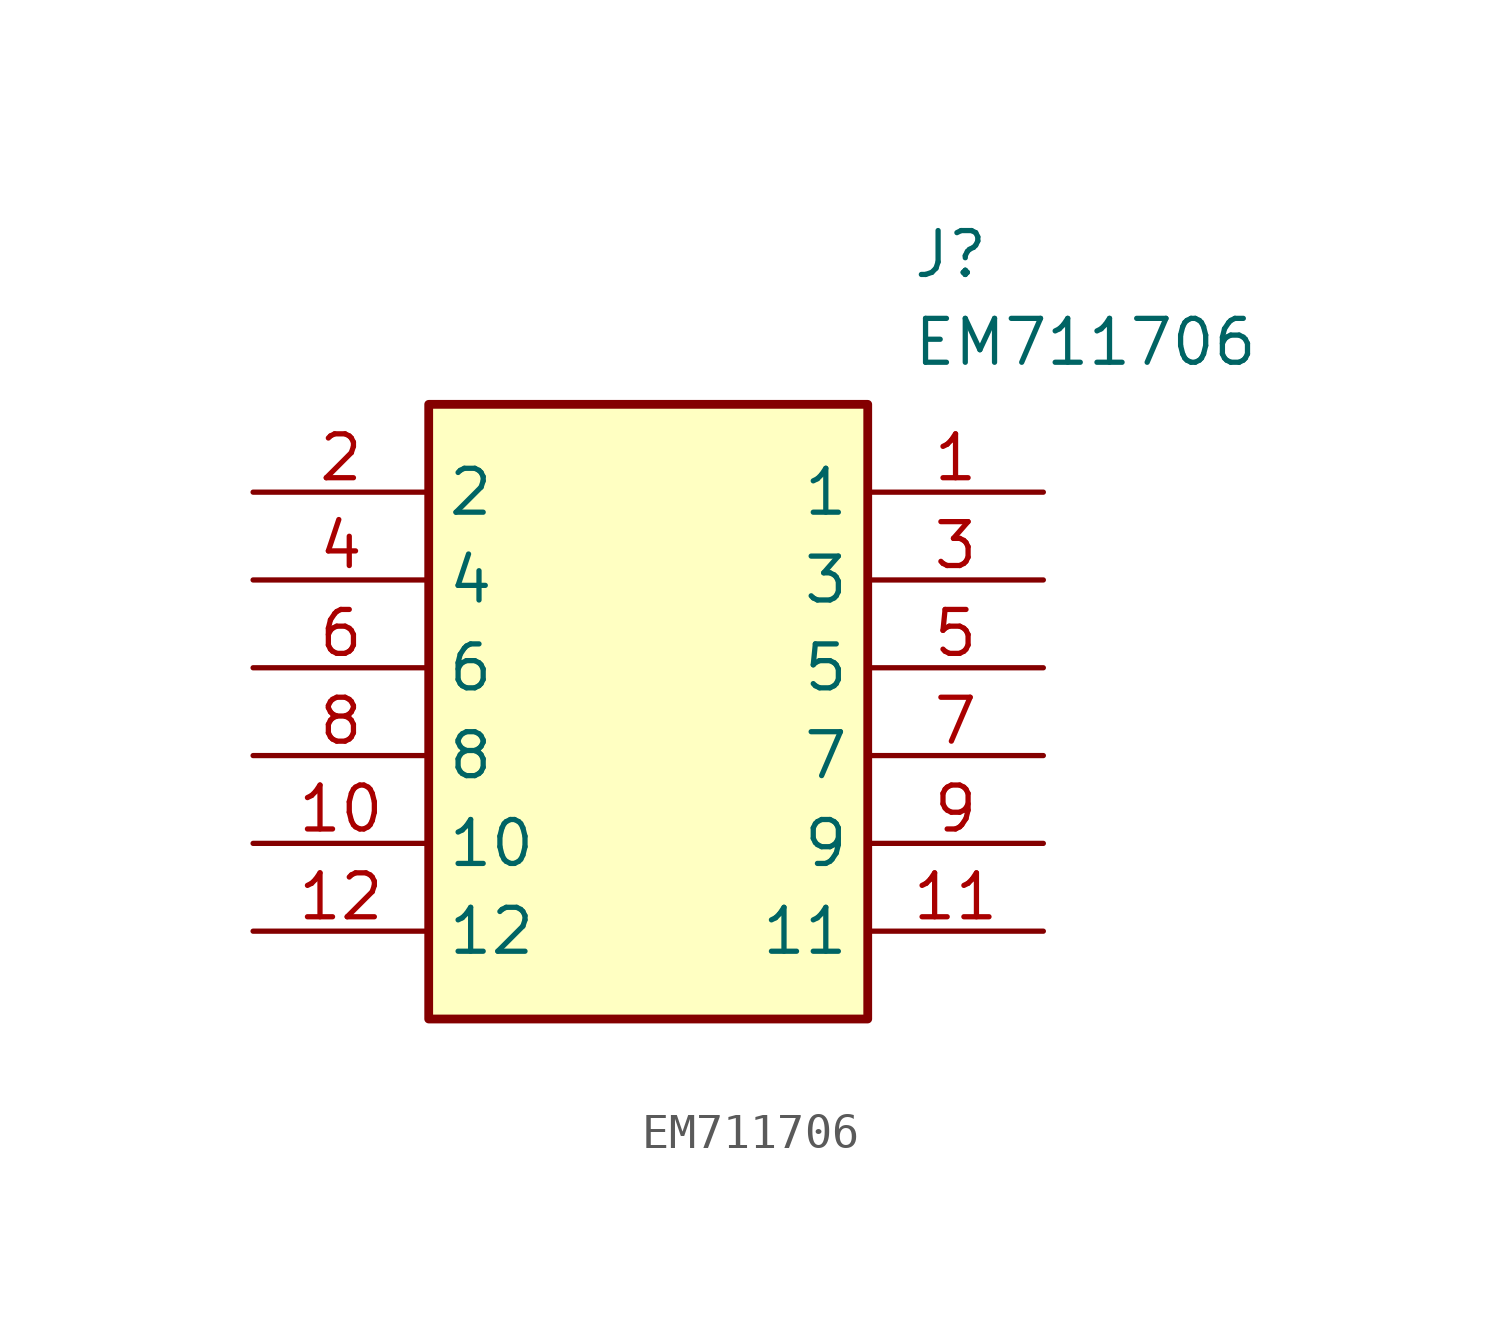
<source format=kicad_sym>
(kicad_symbol_lib
  (version 20211014)
  (generator SamacSys_ECAD_Model)
  (symbol "EM711706"
    (property "Reference" "J"
      (at 19.05 7.62 0)
      (effects (font (size 1.27 1.27)) (justify left top)))
    (property "Value" "EM711706"
      (at 19.05 5.08 0)
      (effects (font (size 1.27 1.27)) (justify left top)))
    (rectangle
      (start 5.08 2.54)
      (end 17.78 -15.24)
      (stroke (width 0.254) (type default))
      (fill (type background)))
    (pin passive line
      (at 22.86 0 180)
      (length 5.08)
      (name "1" (effects (font (size 1.27 1.27))))
      (number "1" (effects (font (size 1.27 1.27)))))
    (pin passive line
      (at 0 0 0)
      (length 5.08)
      (name "2" (effects (font (size 1.27 1.27))))
      (number "2" (effects (font (size 1.27 1.27)))))
    (pin passive line
      (at 22.86 -2.54 180)
      (length 5.08)
      (name "3" (effects (font (size 1.27 1.27))))
      (number "3" (effects (font (size 1.27 1.27)))))
    (pin passive line
      (at 0 -2.54 0)
      (length 5.08)
      (name "4" (effects (font (size 1.27 1.27))))
      (number "4" (effects (font (size 1.27 1.27)))))
    (pin passive line
      (at 22.86 -5.08 180)
      (length 5.08)
      (name "5" (effects (font (size 1.27 1.27))))
      (number "5" (effects (font (size 1.27 1.27)))))
    (pin passive line
      (at 0 -5.08 0)
      (length 5.08)
      (name "6" (effects (font (size 1.27 1.27))))
      (number "6" (effects (font (size 1.27 1.27)))))
    (pin passive line
      (at 22.86 -7.62 180)
      (length 5.08)
      (name "7" (effects (font (size 1.27 1.27))))
      (number "7" (effects (font (size 1.27 1.27)))))
    (pin passive line
      (at 0 -7.62 0)
      (length 5.08)
      (name "8" (effects (font (size 1.27 1.27))))
      (number "8" (effects (font (size 1.27 1.27)))))
    (pin passive line
      (at 22.86 -10.16 180)
      (length 5.08)
      (name "9" (effects (font (size 1.27 1.27))))
      (number "9" (effects (font (size 1.27 1.27)))))
    (pin passive line
      (at 0 -10.16 0)
      (length 5.08)
      (name "10" (effects (font (size 1.27 1.27))))
      (number "10" (effects (font (size 1.27 1.27)))))
    (pin passive line
      (at 22.86 -12.7 180)
      (length 5.08)
      (name "11" (effects (font (size 1.27 1.27))))
      (number "11" (effects (font (size 1.27 1.27)))))
    (pin passive line
      (at 0 -12.7 0)
      (length 5.08)
      (name "12" (effects (font (size 1.27 1.27))))
      (number "12" (effects (font (size 1.27 1.27)))))))
</source>
